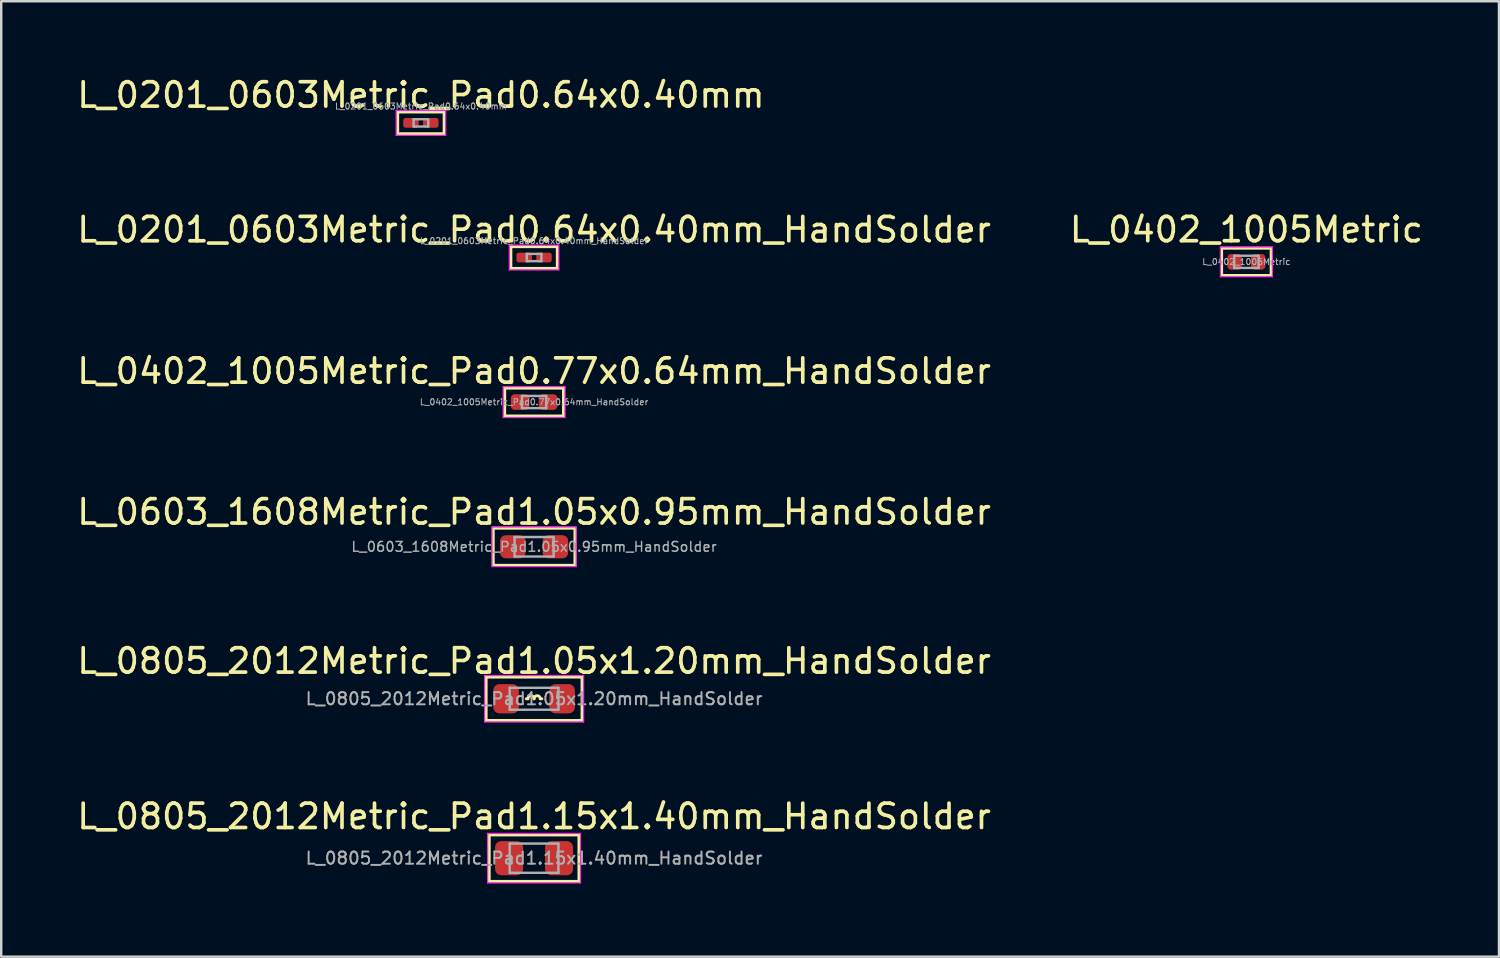
<source format=kicad_pcb>
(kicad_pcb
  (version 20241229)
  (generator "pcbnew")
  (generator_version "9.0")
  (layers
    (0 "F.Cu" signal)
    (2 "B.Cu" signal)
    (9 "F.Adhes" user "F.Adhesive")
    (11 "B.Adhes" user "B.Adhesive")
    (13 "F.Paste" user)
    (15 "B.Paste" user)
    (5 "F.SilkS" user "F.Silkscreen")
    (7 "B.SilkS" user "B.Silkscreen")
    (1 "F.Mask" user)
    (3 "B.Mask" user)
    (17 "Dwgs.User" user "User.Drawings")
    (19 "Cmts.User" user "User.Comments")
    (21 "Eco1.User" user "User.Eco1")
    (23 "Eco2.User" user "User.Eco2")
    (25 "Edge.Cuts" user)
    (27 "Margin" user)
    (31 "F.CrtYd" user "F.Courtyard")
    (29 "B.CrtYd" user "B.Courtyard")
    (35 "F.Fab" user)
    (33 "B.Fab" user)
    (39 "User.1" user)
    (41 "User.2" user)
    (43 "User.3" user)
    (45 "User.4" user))
  (footprint "L_0805_2012Metric_Pad1.05x1.20mm_HandSolder"
    (layer "F.Cu")
    (at 18.863 25.62)
    (property "Reference" "L_0805_2012Metric_Pad1.05x1.20mm_HandSolder" (at 0 -1.55 0) (layer "F.SilkS") (effects (font (size 1 1) (thickness 0.15))))
    (attr smd)
    (fp_line (start -1.968 -0.889) (end 1.968 -0.889) (stroke (width 0.12) (type solid)) (layer "F.SilkS"))
    (fp_line (start -1.968 0.889) (end -1.968 -0.889) (stroke (width 0.12) (type solid)) (layer "F.SilkS"))
    (fp_line (start -0.254 0) (end -0.318 0) (stroke (width 0.12) (type solid)) (layer "F.SilkS"))
    (fp_line (start 0.254 0) (end 0.318 0) (stroke (width 0.12) (type solid)) (layer "F.SilkS"))
    (fp_line (start 1.968 -0.889) (end 1.968 0.889) (stroke (width 0.12) (type solid)) (layer "F.SilkS"))
    (fp_line (start 1.968 0.889) (end -1.968 0.889) (stroke (width 0.12) (type solid)) (layer "F.SilkS"))
    (fp_arc (start -0.254 0) (mid -0.127 -0.127) (end 0 0) (stroke (width 0.12) (type solid)) (layer "F.SilkS"))
    (fp_arc (start 0 0) (mid 0.127 -0.127) (end 0.254 0) (stroke (width 0.12) (type solid)) (layer "F.SilkS"))
    (fp_line (start -2.032 -0.953) (end 2.032 -0.953) (stroke (width 0.05) (type solid)) (layer "F.CrtYd"))
    (fp_line (start -2.032 0.953) (end -2.032 -0.953) (stroke (width 0.05) (type solid)) (layer "F.CrtYd"))
    (fp_line (start 2.032 -0.953) (end 2.032 0.953) (stroke (width 0.05) (type solid)) (layer "F.CrtYd"))
    (fp_line (start 2.032 0.953) (end -2.032 0.953) (stroke (width 0.05) (type solid)) (layer "F.CrtYd"))
    (fp_line (start -1 -0.45) (end 1 -0.45) (stroke (width 0.1) (type solid)) (layer "F.Fab"))
    (fp_line (start -1 0.45) (end -1 -0.45) (stroke (width 0.1) (type solid)) (layer "F.Fab"))
    (fp_line (start 1 -0.45) (end 1 0.45) (stroke (width 0.1) (type solid)) (layer "F.Fab"))
    (fp_line (start 1 0.45) (end -1 0.45) (stroke (width 0.1) (type solid)) (layer "F.Fab"))
    (fp_text user "${REFERENCE}" (at 0 0 0) (layer "F.Fab") (effects (font (size 0.5 0.5) (thickness 0.08))))
    (pad "1" smd roundrect (at -1.15 0) (size 1.05 1.2) (layers "F.Cu" "F.Mask" "F.Paste") (roundrect_rratio 0.238))
    (pad "2" smd roundrect (at 1.15 0) (size 1.05 1.2) (layers "F.Cu" "F.Mask" "F.Paste") (roundrect_rratio 0.238)))
  (footprint "L_0402_1005Metric_Pad0.77x0.64mm_HandSolder"
    (layer "F.Cu")
    (at 18.863 13.446)
    (property "Reference" "L_0402_1005Metric_Pad0.77x0.64mm_HandSolder" (at 0 -1.27 0) (layer "F.SilkS") (effects (font (size 1 1) (thickness 0.15))))
    (attr smd)
    (fp_line (start -1.206 -0.572) (end 1.206 -0.572) (stroke (width 0.12) (type solid)) (layer "F.SilkS"))
    (fp_line (start -1.206 0.572) (end -1.206 -0.572) (stroke (width 0.12) (type solid)) (layer "F.SilkS"))
    (fp_line (start 1.206 -0.572) (end 1.206 0.572) (stroke (width 0.12) (type solid)) (layer "F.SilkS"))
    (fp_line (start 1.206 0.572) (end -1.206 0.572) (stroke (width 0.12) (type solid)) (layer "F.SilkS"))
    (fp_line (start -1.27 -0.635) (end 1.27 -0.635) (stroke (width 0.05) (type solid)) (layer "F.CrtYd"))
    (fp_line (start -1.27 0.635) (end -1.27 -0.635) (stroke (width 0.05) (type solid)) (layer "F.CrtYd"))
    (fp_line (start 1.27 -0.635) (end 1.27 0.635) (stroke (width 0.05) (type solid)) (layer "F.CrtYd"))
    (fp_line (start 1.27 0.635) (end -1.27 0.635) (stroke (width 0.05) (type solid)) (layer "F.CrtYd"))
    (fp_line (start -0.5 -0.25) (end 0.5 -0.25) (stroke (width 0.1) (type solid)) (layer "F.Fab"))
    (fp_line (start -0.5 0.25) (end -0.5 -0.25) (stroke (width 0.1) (type solid)) (layer "F.Fab"))
    (fp_line (start 0.5 -0.25) (end 0.5 0.25) (stroke (width 0.1) (type solid)) (layer "F.Fab"))
    (fp_line (start 0.5 0.25) (end -0.5 0.25) (stroke (width 0.1) (type solid)) (layer "F.Fab"))
    (fp_text user "${REFERENCE}" (at 0 0 0) (layer "F.Fab") (effects (font (size 0.25 0.25) (thickness 0.04))))
    (pad "1" smd roundrect (at -0.573 0) (size 0.765 0.64) (layers "F.Cu" "F.Mask" "F.Paste") (roundrect_rratio 0.25))
    (pad "2" smd roundrect (at 0.573 0) (size 0.765 0.64) (layers "F.Cu" "F.Mask" "F.Paste") (roundrect_rratio 0.25)))
  (footprint "L_0402_1005Metric"
    (layer "F.Cu")
    (at 48.089 7.693)
    (property "Reference" "L_0402_1005Metric" (at 0 -1.321 0) (layer "F.SilkS") (effects (font (size 1 1) (thickness 0.15))))
    (attr smd)
    (fp_line (start -1.016 -0.559) (end 1.016 -0.559) (stroke (width 0.12) (type solid)) (layer "F.SilkS"))
    (fp_line (start -1.016 0.559) (end -1.016 -0.559) (stroke (width 0.12) (type solid)) (layer "F.SilkS"))
    (fp_line (start 1.016 -0.559) (end 1.016 0.559) (stroke (width 0.12) (type solid)) (layer "F.SilkS"))
    (fp_line (start 1.016 0.559) (end -1.016 0.559) (stroke (width 0.12) (type solid)) (layer "F.SilkS"))
    (fp_line (start -1.067 -0.61) (end 1.067 -0.61) (stroke (width 0.05) (type solid)) (layer "F.CrtYd"))
    (fp_line (start -1.067 0.61) (end -1.067 -0.61) (stroke (width 0.05) (type solid)) (layer "F.CrtYd"))
    (fp_line (start 1.067 -0.61) (end 1.067 0.61) (stroke (width 0.05) (type solid)) (layer "F.CrtYd"))
    (fp_line (start 1.067 0.61) (end -1.067 0.61) (stroke (width 0.05) (type solid)) (layer "F.CrtYd"))
    (fp_line (start -0.5 -0.25) (end 0.5 -0.25) (stroke (width 0.1) (type solid)) (layer "F.Fab"))
    (fp_line (start -0.5 0.25) (end -0.5 -0.25) (stroke (width 0.1) (type solid)) (layer "F.Fab"))
    (fp_line (start 0.5 -0.25) (end 0.5 0.25) (stroke (width 0.1) (type solid)) (layer "F.Fab"))
    (fp_line (start 0.5 0.25) (end -0.5 0.25) (stroke (width 0.1) (type solid)) (layer "F.Fab"))
    (fp_text user "${REFERENCE}" (at 0 0 0) (layer "F.Fab") (effects (font (size 0.25 0.25) (thickness 0.04))))
    (pad "1" smd roundrect (at -0.485 0) (size 0.59 0.64) (layers "F.Cu" "F.Mask" "F.Paste") (roundrect_rratio 0.25))
    (pad "2" smd roundrect (at 0.485 0) (size 0.59 0.64) (layers "F.Cu" "F.Mask" "F.Paste") (roundrect_rratio 0.25)))
  (footprint "L_0201_0603Metric_Pad0.64x0.40mm_HandSolder"
    (layer "F.Cu")
    (at 18.863 7.516)
    (property "Reference" "L_0201_0603Metric_Pad0.64x0.40mm_HandSolder" (at 0 -1.143 0) (layer "F.SilkS") (effects (font (size 1 1) (thickness 0.15))))
    (attr smd)
    (fp_line (start -0.953 -0.445) (end 0.953 -0.445) (stroke (width 0.12) (type solid)) (layer "F.SilkS"))
    (fp_line (start -0.953 0.445) (end -0.953 -0.445) (stroke (width 0.12) (type solid)) (layer "F.SilkS"))
    (fp_line (start 0.953 -0.445) (end 0.953 0.445) (stroke (width 0.12) (type solid)) (layer "F.SilkS"))
    (fp_line (start 0.953 0.445) (end -0.953 0.445) (stroke (width 0.12) (type solid)) (layer "F.SilkS"))
    (fp_line (start -1.016 -0.508) (end 1.016 -0.508) (stroke (width 0.05) (type solid)) (layer "F.CrtYd"))
    (fp_line (start -1.016 0.508) (end -1.016 -0.508) (stroke (width 0.05) (type solid)) (layer "F.CrtYd"))
    (fp_line (start 1.016 -0.508) (end 1.016 0.508) (stroke (width 0.05) (type solid)) (layer "F.CrtYd"))
    (fp_line (start 1.016 0.508) (end -1.016 0.508) (stroke (width 0.05) (type solid)) (layer "F.CrtYd"))
    (fp_line (start -0.3 -0.15) (end 0.3 -0.15) (stroke (width 0.1) (type solid)) (layer "F.Fab"))
    (fp_line (start -0.3 0.15) (end -0.3 -0.15) (stroke (width 0.1) (type solid)) (layer "F.Fab"))
    (fp_line (start 0.3 -0.15) (end 0.3 0.15) (stroke (width 0.1) (type solid)) (layer "F.Fab"))
    (fp_line (start 0.3 0.15) (end -0.3 0.15) (stroke (width 0.1) (type solid)) (layer "F.Fab"))
    (fp_text user "${REFERENCE}" (at 0 -0.68 0) (layer "F.Fab") (effects (font (size 0.25 0.25) (thickness 0.04))))
    (pad "" smd roundrect (at -0.432 0) (size 0.458 0.36) (layers "F.Paste") (roundrect_rratio 0.25))
    (pad "" smd roundrect (at 0.432 0) (size 0.458 0.36) (layers "F.Paste") (roundrect_rratio 0.25))
    (pad "1" smd roundrect (at -0.407 0) (size 0.635 0.4) (layers "F.Cu" "F.Mask") (roundrect_rratio 0.25))
    (pad "2" smd roundrect (at 0.407 0) (size 0.635 0.4) (layers "F.Cu" "F.Mask") (roundrect_rratio 0.25)))
  (footprint "L_0603_1608Metric_Pad1.05x0.95mm_HandSolder"
    (layer "F.Cu")
    (at 18.863 19.384)
    (property "Reference" "L_0603_1608Metric_Pad1.05x0.95mm_HandSolder" (at 0 -1.43 0) (layer "F.SilkS") (effects (font (size 1 1) (thickness 0.15))))
    (attr smd)
    (fp_line (start -1.676 -0.762) (end 1.676 -0.762) (stroke (width 0.12) (type solid)) (layer "F.SilkS"))
    (fp_line (start -1.676 0.762) (end -1.676 -0.762) (stroke (width 0.12) (type solid)) (layer "F.SilkS"))
    (fp_line (start 1.676 -0.762) (end 1.676 0.762) (stroke (width 0.12) (type solid)) (layer "F.SilkS"))
    (fp_line (start 1.676 0.762) (end -1.676 0.762) (stroke (width 0.12) (type solid)) (layer "F.SilkS"))
    (fp_line (start -1.727 -0.813) (end 1.727 -0.813) (stroke (width 0.05) (type solid)) (layer "F.CrtYd"))
    (fp_line (start -1.727 0.813) (end -1.727 -0.813) (stroke (width 0.05) (type solid)) (layer "F.CrtYd"))
    (fp_line (start 1.727 -0.813) (end 1.727 0.813) (stroke (width 0.05) (type solid)) (layer "F.CrtYd"))
    (fp_line (start 1.727 0.813) (end -1.727 0.813) (stroke (width 0.05) (type solid)) (layer "F.CrtYd"))
    (fp_line (start -0.8 -0.4) (end 0.8 -0.4) (stroke (width 0.1) (type solid)) (layer "F.Fab"))
    (fp_line (start -0.8 0.4) (end -0.8 -0.4) (stroke (width 0.1) (type solid)) (layer "F.Fab"))
    (fp_line (start 0.8 -0.4) (end 0.8 0.4) (stroke (width 0.1) (type solid)) (layer "F.Fab"))
    (fp_line (start 0.8 0.4) (end -0.8 0.4) (stroke (width 0.1) (type solid)) (layer "F.Fab"))
    (fp_text user "${REFERENCE}" (at 0 0 0) (layer "F.Fab") (effects (font (size 0.4 0.4) (thickness 0.06))))
    (pad "1" smd roundrect (at -0.875 0) (size 1.05 0.95) (layers "F.Cu" "F.Mask" "F.Paste") (roundrect_rratio 0.25))
    (pad "2" smd roundrect (at 0.875 0) (size 1.05 0.95) (layers "F.Cu" "F.Mask" "F.Paste") (roundrect_rratio 0.25)))
  (footprint "L_0201_0603Metric_Pad0.64x0.40mm"
    (layer "F.Cu")
    (at 14.22 1.991)
    (property "Reference" "L_0201_0603Metric_Pad0.64x0.40mm" (at 0 -1.143 0) (layer "F.SilkS") (effects (font (size 1 1) (thickness 0.15))))
    (attr smd)
    (fp_line (start -0.953 -0.445) (end 0.953 -0.445) (stroke (width 0.12) (type solid)) (layer "F.SilkS"))
    (fp_line (start -0.953 0.445) (end -0.953 -0.445) (stroke (width 0.12) (type solid)) (layer "F.SilkS"))
    (fp_line (start 0.953 -0.445) (end 0.953 0.445) (stroke (width 0.12) (type solid)) (layer "F.SilkS"))
    (fp_line (start 0.953 0.445) (end -0.953 0.445) (stroke (width 0.12) (type solid)) (layer "F.SilkS"))
    (fp_line (start -1.016 -0.508) (end 1.016 -0.508) (stroke (width 0.05) (type solid)) (layer "F.CrtYd"))
    (fp_line (start -1.016 0.508) (end -1.016 -0.508) (stroke (width 0.05) (type solid)) (layer "F.CrtYd"))
    (fp_line (start 1.016 -0.508) (end 1.016 0.508) (stroke (width 0.05) (type solid)) (layer "F.CrtYd"))
    (fp_line (start 1.016 0.508) (end -1.016 0.508) (stroke (width 0.05) (type solid)) (layer "F.CrtYd"))
    (fp_line (start -0.3 -0.15) (end 0.3 -0.15) (stroke (width 0.1) (type solid)) (layer "F.Fab"))
    (fp_line (start -0.3 0.15) (end -0.3 -0.15) (stroke (width 0.1) (type solid)) (layer "F.Fab"))
    (fp_line (start 0.3 -0.15) (end 0.3 0.15) (stroke (width 0.1) (type solid)) (layer "F.Fab"))
    (fp_line (start 0.3 0.15) (end -0.3 0.15) (stroke (width 0.1) (type solid)) (layer "F.Fab"))
    (fp_text user "${REFERENCE}" (at 0 -0.68 0) (layer "F.Fab") (effects (font (size 0.25 0.25) (thickness 0.04))))
    (pad "" smd roundrect (at -0.432 0) (size 0.458 0.36) (layers "F.Paste") (roundrect_rratio 0.25))
    (pad "" smd roundrect (at 0.432 0) (size 0.458 0.36) (layers "F.Paste") (roundrect_rratio 0.25))
    (pad "1" smd roundrect (at -0.407 0) (size 0.635 0.4) (layers "F.Cu" "F.Mask") (roundrect_rratio 0.25))
    (pad "2" smd roundrect (at 0.407 0) (size 0.635 0.4) (layers "F.Cu" "F.Mask") (roundrect_rratio 0.25)))
  (footprint "L_0805_2012Metric_Pad1.15x1.40mm_HandSolder"
    (layer "F.Cu")
    (at 18.863 32.161)
    (property "Reference" "L_0805_2012Metric_Pad1.15x1.40mm_HandSolder" (at 0 -1.714 0) (layer "F.SilkS") (effects (font (size 1 1) (thickness 0.15))))
    (attr smd)
    (fp_line (start -1.841 -0.953) (end 1.841 -0.953) (stroke (width 0.12) (type solid)) (layer "F.SilkS"))
    (fp_line (start -1.841 0.953) (end -1.841 -0.953) (stroke (width 0.12) (type solid)) (layer "F.SilkS"))
    (fp_line (start 1.841 -0.953) (end 1.841 0.953) (stroke (width 0.12) (type solid)) (layer "F.SilkS"))
    (fp_line (start 1.841 0.953) (end -1.841 0.953) (stroke (width 0.12) (type solid)) (layer "F.SilkS"))
    (fp_line (start -1.905 -1.016) (end 1.905 -1.016) (stroke (width 0.05) (type solid)) (layer "F.CrtYd"))
    (fp_line (start -1.905 1.016) (end -1.905 -1.016) (stroke (width 0.05) (type solid)) (layer "F.CrtYd"))
    (fp_line (start 1.905 -1.016) (end 1.905 1.016) (stroke (width 0.05) (type solid)) (layer "F.CrtYd"))
    (fp_line (start 1.905 1.016) (end -1.905 1.016) (stroke (width 0.05) (type solid)) (layer "F.CrtYd"))
    (fp_line (start -1 -0.6) (end 1 -0.6) (stroke (width 0.1) (type solid)) (layer "F.Fab"))
    (fp_line (start -1 0.6) (end -1 -0.6) (stroke (width 0.1) (type solid)) (layer "F.Fab"))
    (fp_line (start 1 -0.6) (end 1 0.6) (stroke (width 0.1) (type solid)) (layer "F.Fab"))
    (fp_line (start 1 0.6) (end -1 0.6) (stroke (width 0.1) (type solid)) (layer "F.Fab"))
    (fp_text user "${REFERENCE}" (at 0 0 0) (layer "F.Fab") (effects (font (size 0.5 0.5) (thickness 0.08))))
    (pad "1" smd roundrect (at -1.025 0) (size 1.15 1.4) (layers "F.Cu" "F.Mask" "F.Paste") (roundrect_rratio 0.217))
    (pad "2" smd roundrect (at 1.025 0) (size 1.15 1.4) (layers "F.Cu" "F.Mask" "F.Paste") (roundrect_rratio 0.217)))
  (gr_rect
    (start -3 -3)
    (end 58.452 36.202)
    (stroke (width 0.1) (type default))
    (fill no)
    (layer "Edge.Cuts")))
</source>
